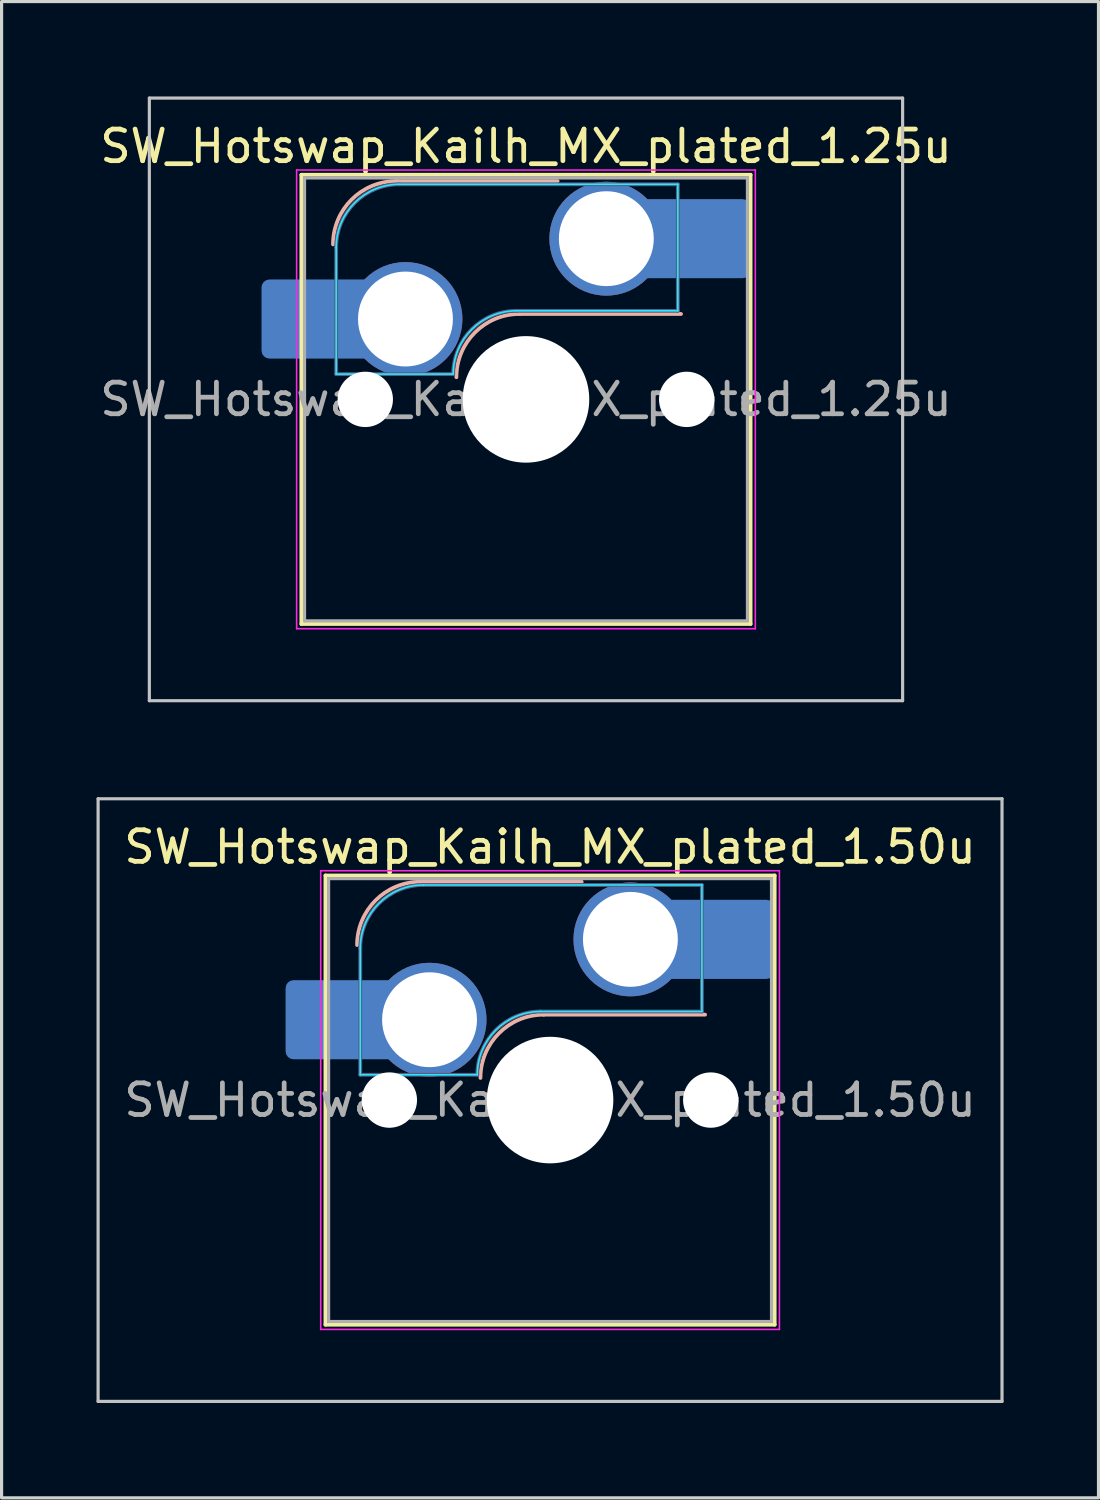
<source format=kicad_pcb>
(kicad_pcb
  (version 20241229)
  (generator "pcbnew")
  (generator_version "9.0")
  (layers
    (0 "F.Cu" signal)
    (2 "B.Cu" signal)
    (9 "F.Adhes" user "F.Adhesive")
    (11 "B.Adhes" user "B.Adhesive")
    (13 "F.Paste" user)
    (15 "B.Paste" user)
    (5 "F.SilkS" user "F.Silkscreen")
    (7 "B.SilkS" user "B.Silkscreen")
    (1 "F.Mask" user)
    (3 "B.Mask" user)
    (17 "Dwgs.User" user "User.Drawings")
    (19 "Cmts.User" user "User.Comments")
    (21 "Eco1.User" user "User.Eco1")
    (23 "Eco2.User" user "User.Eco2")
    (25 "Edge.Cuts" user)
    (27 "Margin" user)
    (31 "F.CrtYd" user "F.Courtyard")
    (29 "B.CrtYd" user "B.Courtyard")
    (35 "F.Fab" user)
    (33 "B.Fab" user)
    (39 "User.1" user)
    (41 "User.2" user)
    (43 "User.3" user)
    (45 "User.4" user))
  (footprint "SW_Hotswap_Kailh_MX_plated_1.50u"
    (layer "F.Cu")
    (at 14.338 31.725)
    (property "Reference" "SW_Hotswap_Kailh_MX_plated_1.50u" (at 0 -8 0) (layer "F.SilkS") (effects (font (size 1 1) (thickness 0.15))))
    (attr smd)
    (fp_line (start -7.1 -7.1) (end -7.1 7.1) (stroke (width 0.12) (type solid)) (layer "F.SilkS"))
    (fp_line (start -7.1 7.1) (end 7.1 7.1) (stroke (width 0.12) (type solid)) (layer "F.SilkS"))
    (fp_line (start 7.1 -7.1) (end -7.1 -7.1) (stroke (width 0.12) (type solid)) (layer "F.SilkS"))
    (fp_line (start 7.1 7.1) (end 7.1 -7.1) (stroke (width 0.12) (type solid)) (layer "F.SilkS"))
    (fp_line (start -4.1 -6.9) (end 1 -6.9) (stroke (width 0.12) (type solid)) (layer "B.SilkS"))
    (fp_line (start -0.2 -2.7) (end 4.9 -2.7) (stroke (width 0.12) (type solid)) (layer "B.SilkS"))
    (fp_arc (start -6.1 -4.9) (mid -5.514214 -6.314214) (end -4.1 -6.9) (stroke (width 0.12) (type solid)) (layer "B.SilkS"))
    (fp_arc (start -2.2 -0.7) (mid -1.614214 -2.114214) (end -0.2 -2.7) (stroke (width 0.12) (type solid)) (layer "B.SilkS"))
    (fp_line (start -14.287 -9.525) (end -14.287 9.525) (stroke (width 0.1) (type solid)) (layer "Dwgs.User"))
    (fp_line (start -14.287 9.525) (end 14.287 9.525) (stroke (width 0.1) (type solid)) (layer "Dwgs.User"))
    (fp_line (start 14.287 -9.525) (end -14.287 -9.525) (stroke (width 0.1) (type solid)) (layer "Dwgs.User"))
    (fp_line (start 14.287 9.525) (end 14.287 -9.525) (stroke (width 0.1) (type solid)) (layer "Dwgs.User"))
    (fp_line (start -7.8 -6) (end -7 -6) (stroke (width 0.1) (type solid)) (layer "Eco1.User"))
    (fp_line (start -7.8 -2.9) (end -7.8 -6) (stroke (width 0.1) (type solid)) (layer "Eco1.User"))
    (fp_line (start -7.8 2.9) (end -7 2.9) (stroke (width 0.1) (type solid)) (layer "Eco1.User"))
    (fp_line (start -7.8 6) (end -7.8 2.9) (stroke (width 0.1) (type solid)) (layer "Eco1.User"))
    (fp_line (start -7 -7) (end 7 -7) (stroke (width 0.1) (type solid)) (layer "Eco1.User"))
    (fp_line (start -7 -6) (end -7 -7) (stroke (width 0.1) (type solid)) (layer "Eco1.User"))
    (fp_line (start -7 -2.9) (end -7.8 -2.9) (stroke (width 0.1) (type solid)) (layer "Eco1.User"))
    (fp_line (start -7 2.9) (end -7 -2.9) (stroke (width 0.1) (type solid)) (layer "Eco1.User"))
    (fp_line (start -7 6) (end -7.8 6) (stroke (width 0.1) (type solid)) (layer "Eco1.User"))
    (fp_line (start -7 7) (end -7 6) (stroke (width 0.1) (type solid)) (layer "Eco1.User"))
    (fp_line (start 7 -7) (end 7 -6) (stroke (width 0.1) (type solid)) (layer "Eco1.User"))
    (fp_line (start 7 -6) (end 7.8 -6) (stroke (width 0.1) (type solid)) (layer "Eco1.User"))
    (fp_line (start 7 -2.9) (end 7 2.9) (stroke (width 0.1) (type solid)) (layer "Eco1.User"))
    (fp_line (start 7 2.9) (end 7.8 2.9) (stroke (width 0.1) (type solid)) (layer "Eco1.User"))
    (fp_line (start 7 6) (end 7 7) (stroke (width 0.1) (type solid)) (layer "Eco1.User"))
    (fp_line (start 7 7) (end -7 7) (stroke (width 0.1) (type solid)) (layer "Eco1.User"))
    (fp_line (start 7.8 -6) (end 7.8 -2.9) (stroke (width 0.1) (type solid)) (layer "Eco1.User"))
    (fp_line (start 7.8 -2.9) (end 7 -2.9) (stroke (width 0.1) (type solid)) (layer "Eco1.User"))
    (fp_line (start 7.8 2.9) (end 7.8 6) (stroke (width 0.1) (type solid)) (layer "Eco1.User"))
    (fp_line (start 7.8 6) (end 7 6) (stroke (width 0.1) (type solid)) (layer "Eco1.User"))
    (fp_line (start -6 -0.8) (end -6 -4.8) (stroke (width 0.05) (type solid)) (layer "B.CrtYd"))
    (fp_line (start -6 -0.8) (end -2.3 -0.8) (stroke (width 0.05) (type solid)) (layer "B.CrtYd"))
    (fp_line (start -4 -6.8) (end 4.8 -6.8) (stroke (width 0.05) (type solid)) (layer "B.CrtYd"))
    (fp_line (start -0.3 -2.8) (end 4.8 -2.8) (stroke (width 0.05) (type solid)) (layer "B.CrtYd"))
    (fp_line (start 4.8 -6.8) (end 4.8 -2.8) (stroke (width 0.05) (type solid)) (layer "B.CrtYd"))
    (fp_arc (start -6 -4.8) (mid -5.414214 -6.214214) (end -4 -6.8) (stroke (width 0.05) (type solid)) (layer "B.CrtYd"))
    (fp_arc (start -2.3 -0.8) (mid -1.714214 -2.214214) (end -0.3 -2.8) (stroke (width 0.05) (type solid)) (layer "B.CrtYd"))
    (fp_line (start -7.25 -7.25) (end -7.25 7.25) (stroke (width 0.05) (type solid)) (layer "F.CrtYd"))
    (fp_line (start -7.25 7.25) (end 7.25 7.25) (stroke (width 0.05) (type solid)) (layer "F.CrtYd"))
    (fp_line (start 7.25 -7.25) (end -7.25 -7.25) (stroke (width 0.05) (type solid)) (layer "F.CrtYd"))
    (fp_line (start 7.25 7.25) (end 7.25 -7.25) (stroke (width 0.05) (type solid)) (layer "F.CrtYd"))
    (fp_line (start -6 -0.8) (end -6 -4.8) (stroke (width 0.12) (type solid)) (layer "B.Fab"))
    (fp_line (start -6 -0.8) (end -2.3 -0.8) (stroke (width 0.12) (type solid)) (layer "B.Fab"))
    (fp_line (start -4 -6.8) (end 4.8 -6.8) (stroke (width 0.12) (type solid)) (layer "B.Fab"))
    (fp_line (start -0.3 -2.8) (end 4.8 -2.8) (stroke (width 0.12) (type solid)) (layer "B.Fab"))
    (fp_line (start 4.8 -6.8) (end 4.8 -2.8) (stroke (width 0.12) (type solid)) (layer "B.Fab"))
    (fp_arc (start -6 -4.8) (mid -5.414214 -6.214214) (end -4 -6.8) (stroke (width 0.12) (type solid)) (layer "B.Fab"))
    (fp_arc (start -2.3 -0.8) (mid -1.714214 -2.214214) (end -0.3 -2.8) (stroke (width 0.12) (type solid)) (layer "B.Fab"))
    (fp_line (start -7 -7) (end -7 7) (stroke (width 0.1) (type solid)) (layer "F.Fab"))
    (fp_line (start -7 7) (end 7 7) (stroke (width 0.1) (type solid)) (layer "F.Fab"))
    (fp_line (start 7 -7) (end -7 -7) (stroke (width 0.1) (type solid)) (layer "F.Fab"))
    (fp_line (start 7 7) (end 7 -7) (stroke (width 0.1) (type solid)) (layer "F.Fab"))
    (fp_text user "${REFERENCE}" (at 0 0 0) (layer "F.Fab") (effects (font (size 1 1) (thickness 0.15))))
    (pad "" smd roundrect (at -7.085 -2.54) (size 2.55 2.5) (layers "B.Mask" "B.Paste") (roundrect_rratio 0.1))
    (pad "" np_thru_hole circle (at -5.08 0) (size 1.75 1.75) (drill 1.75) (layers "*.Cu" "*.Mask"))
    (pad "" np_thru_hole circle (at 0 0) (size 4 4) (drill 4) (layers "*.Cu" "*.Mask"))
    (pad "" np_thru_hole circle (at 5.08 0) (size 1.75 1.75) (drill 1.75) (layers "*.Cu" "*.Mask"))
    (pad "" smd roundrect (at 5.842 -5.08) (size 2.55 2.5) (layers "B.Mask" "B.Paste") (roundrect_rratio 0.1))
    (pad "1" smd roundrect (at -6.585 -2.54) (size 3.55 2.5) (layers "B.Cu") (roundrect_rratio 0.1))
    (pad "1" thru_hole circle (at -3.81 -2.54) (size 3.6 3.6) (drill 3) (layers "*.Cu" "B.Mask"))
    (pad "2" thru_hole circle (at 2.54 -5.08) (size 3.6 3.6) (drill 3) (layers "*.Cu" "B.Mask"))
    (pad "2" smd roundrect (at 5.32 -5.08) (size 3.55 2.5) (layers "B.Cu") (roundrect_rratio 0.1)))
  (footprint "SW_Hotswap_Kailh_MX_plated_1.25u"
    (layer "F.Cu")
    (at 13.577 9.575)
    (property "Reference" "SW_Hotswap_Kailh_MX_plated_1.25u" (at 0 -8 0) (layer "F.SilkS") (effects (font (size 1 1) (thickness 0.15))))
    (attr smd)
    (fp_line (start -7.1 -7.1) (end -7.1 7.1) (stroke (width 0.12) (type solid)) (layer "F.SilkS"))
    (fp_line (start -7.1 7.1) (end 7.1 7.1) (stroke (width 0.12) (type solid)) (layer "F.SilkS"))
    (fp_line (start 7.1 -7.1) (end -7.1 -7.1) (stroke (width 0.12) (type solid)) (layer "F.SilkS"))
    (fp_line (start 7.1 7.1) (end 7.1 -7.1) (stroke (width 0.12) (type solid)) (layer "F.SilkS"))
    (fp_line (start -4.1 -6.9) (end 1 -6.9) (stroke (width 0.12) (type solid)) (layer "B.SilkS"))
    (fp_line (start -0.2 -2.7) (end 4.9 -2.7) (stroke (width 0.12) (type solid)) (layer "B.SilkS"))
    (fp_arc (start -6.1 -4.9) (mid -5.514214 -6.314214) (end -4.1 -6.9) (stroke (width 0.12) (type solid)) (layer "B.SilkS"))
    (fp_arc (start -2.2 -0.7) (mid -1.614214 -2.114214) (end -0.2 -2.7) (stroke (width 0.12) (type solid)) (layer "B.SilkS"))
    (fp_line (start -11.906 -9.525) (end -11.906 9.525) (stroke (width 0.1) (type solid)) (layer "Dwgs.User"))
    (fp_line (start -11.906 9.525) (end 11.906 9.525) (stroke (width 0.1) (type solid)) (layer "Dwgs.User"))
    (fp_line (start 11.906 -9.525) (end -11.906 -9.525) (stroke (width 0.1) (type solid)) (layer "Dwgs.User"))
    (fp_line (start 11.906 9.525) (end 11.906 -9.525) (stroke (width 0.1) (type solid)) (layer "Dwgs.User"))
    (fp_line (start -7.8 -6) (end -7 -6) (stroke (width 0.1) (type solid)) (layer "Eco1.User"))
    (fp_line (start -7.8 -2.9) (end -7.8 -6) (stroke (width 0.1) (type solid)) (layer "Eco1.User"))
    (fp_line (start -7.8 2.9) (end -7 2.9) (stroke (width 0.1) (type solid)) (layer "Eco1.User"))
    (fp_line (start -7.8 6) (end -7.8 2.9) (stroke (width 0.1) (type solid)) (layer "Eco1.User"))
    (fp_line (start -7 -7) (end 7 -7) (stroke (width 0.1) (type solid)) (layer "Eco1.User"))
    (fp_line (start -7 -6) (end -7 -7) (stroke (width 0.1) (type solid)) (layer "Eco1.User"))
    (fp_line (start -7 -2.9) (end -7.8 -2.9) (stroke (width 0.1) (type solid)) (layer "Eco1.User"))
    (fp_line (start -7 2.9) (end -7 -2.9) (stroke (width 0.1) (type solid)) (layer "Eco1.User"))
    (fp_line (start -7 6) (end -7.8 6) (stroke (width 0.1) (type solid)) (layer "Eco1.User"))
    (fp_line (start -7 7) (end -7 6) (stroke (width 0.1) (type solid)) (layer "Eco1.User"))
    (fp_line (start 7 -7) (end 7 -6) (stroke (width 0.1) (type solid)) (layer "Eco1.User"))
    (fp_line (start 7 -6) (end 7.8 -6) (stroke (width 0.1) (type solid)) (layer "Eco1.User"))
    (fp_line (start 7 -2.9) (end 7 2.9) (stroke (width 0.1) (type solid)) (layer "Eco1.User"))
    (fp_line (start 7 2.9) (end 7.8 2.9) (stroke (width 0.1) (type solid)) (layer "Eco1.User"))
    (fp_line (start 7 6) (end 7 7) (stroke (width 0.1) (type solid)) (layer "Eco1.User"))
    (fp_line (start 7 7) (end -7 7) (stroke (width 0.1) (type solid)) (layer "Eco1.User"))
    (fp_line (start 7.8 -6) (end 7.8 -2.9) (stroke (width 0.1) (type solid)) (layer "Eco1.User"))
    (fp_line (start 7.8 -2.9) (end 7 -2.9) (stroke (width 0.1) (type solid)) (layer "Eco1.User"))
    (fp_line (start 7.8 2.9) (end 7.8 6) (stroke (width 0.1) (type solid)) (layer "Eco1.User"))
    (fp_line (start 7.8 6) (end 7 6) (stroke (width 0.1) (type solid)) (layer "Eco1.User"))
    (fp_line (start -6 -0.8) (end -6 -4.8) (stroke (width 0.05) (type solid)) (layer "B.CrtYd"))
    (fp_line (start -6 -0.8) (end -2.3 -0.8) (stroke (width 0.05) (type solid)) (layer "B.CrtYd"))
    (fp_line (start -4 -6.8) (end 4.8 -6.8) (stroke (width 0.05) (type solid)) (layer "B.CrtYd"))
    (fp_line (start -0.3 -2.8) (end 4.8 -2.8) (stroke (width 0.05) (type solid)) (layer "B.CrtYd"))
    (fp_line (start 4.8 -6.8) (end 4.8 -2.8) (stroke (width 0.05) (type solid)) (layer "B.CrtYd"))
    (fp_arc (start -6 -4.8) (mid -5.414214 -6.214214) (end -4 -6.8) (stroke (width 0.05) (type solid)) (layer "B.CrtYd"))
    (fp_arc (start -2.3 -0.8) (mid -1.714214 -2.214214) (end -0.3 -2.8) (stroke (width 0.05) (type solid)) (layer "B.CrtYd"))
    (fp_line (start -7.25 -7.25) (end -7.25 7.25) (stroke (width 0.05) (type solid)) (layer "F.CrtYd"))
    (fp_line (start -7.25 7.25) (end 7.25 7.25) (stroke (width 0.05) (type solid)) (layer "F.CrtYd"))
    (fp_line (start 7.25 -7.25) (end -7.25 -7.25) (stroke (width 0.05) (type solid)) (layer "F.CrtYd"))
    (fp_line (start 7.25 7.25) (end 7.25 -7.25) (stroke (width 0.05) (type solid)) (layer "F.CrtYd"))
    (fp_line (start -6 -0.8) (end -6 -4.8) (stroke (width 0.12) (type solid)) (layer "B.Fab"))
    (fp_line (start -6 -0.8) (end -2.3 -0.8) (stroke (width 0.12) (type solid)) (layer "B.Fab"))
    (fp_line (start -4 -6.8) (end 4.8 -6.8) (stroke (width 0.12) (type solid)) (layer "B.Fab"))
    (fp_line (start -0.3 -2.8) (end 4.8 -2.8) (stroke (width 0.12) (type solid)) (layer "B.Fab"))
    (fp_line (start 4.8 -6.8) (end 4.8 -2.8) (stroke (width 0.12) (type solid)) (layer "B.Fab"))
    (fp_arc (start -6 -4.8) (mid -5.414214 -6.214214) (end -4 -6.8) (stroke (width 0.12) (type solid)) (layer "B.Fab"))
    (fp_arc (start -2.3 -0.8) (mid -1.714214 -2.214214) (end -0.3 -2.8) (stroke (width 0.12) (type solid)) (layer "B.Fab"))
    (fp_line (start -7 -7) (end -7 7) (stroke (width 0.1) (type solid)) (layer "F.Fab"))
    (fp_line (start -7 7) (end 7 7) (stroke (width 0.1) (type solid)) (layer "F.Fab"))
    (fp_line (start 7 -7) (end -7 -7) (stroke (width 0.1) (type solid)) (layer "F.Fab"))
    (fp_line (start 7 7) (end 7 -7) (stroke (width 0.1) (type solid)) (layer "F.Fab"))
    (fp_text user "${REFERENCE}" (at 0 0 0) (layer "F.Fab") (effects (font (size 1 1) (thickness 0.15))))
    (pad "" smd roundrect (at -7.085 -2.54) (size 2.55 2.5) (layers "B.Mask" "B.Paste") (roundrect_rratio 0.1))
    (pad "" np_thru_hole circle (at -5.08 0) (size 1.75 1.75) (drill 1.75) (layers "*.Cu" "*.Mask"))
    (pad "" np_thru_hole circle (at 0 0) (size 4 4) (drill 4) (layers "*.Cu" "*.Mask"))
    (pad "" np_thru_hole circle (at 5.08 0) (size 1.75 1.75) (drill 1.75) (layers "*.Cu" "*.Mask"))
    (pad "" smd roundrect (at 5.842 -5.08) (size 2.55 2.5) (layers "B.Mask" "B.Paste") (roundrect_rratio 0.1))
    (pad "1" smd roundrect (at -6.585 -2.54) (size 3.55 2.5) (layers "B.Cu") (roundrect_rratio 0.1))
    (pad "1" thru_hole circle (at -3.81 -2.54) (size 3.6 3.6) (drill 3) (layers "*.Cu" "B.Mask"))
    (pad "2" thru_hole circle (at 2.54 -5.08) (size 3.6 3.6) (drill 3) (layers "*.Cu" "B.Mask"))
    (pad "2" smd roundrect (at 5.32 -5.08) (size 3.55 2.5) (layers "B.Cu") (roundrect_rratio 0.1)))
  (gr_rect
    (start -3 -3)
    (end 31.675 44.3)
    (stroke (width 0.1) (type default))
    (fill no)
    (layer "Edge.Cuts")))
</source>
